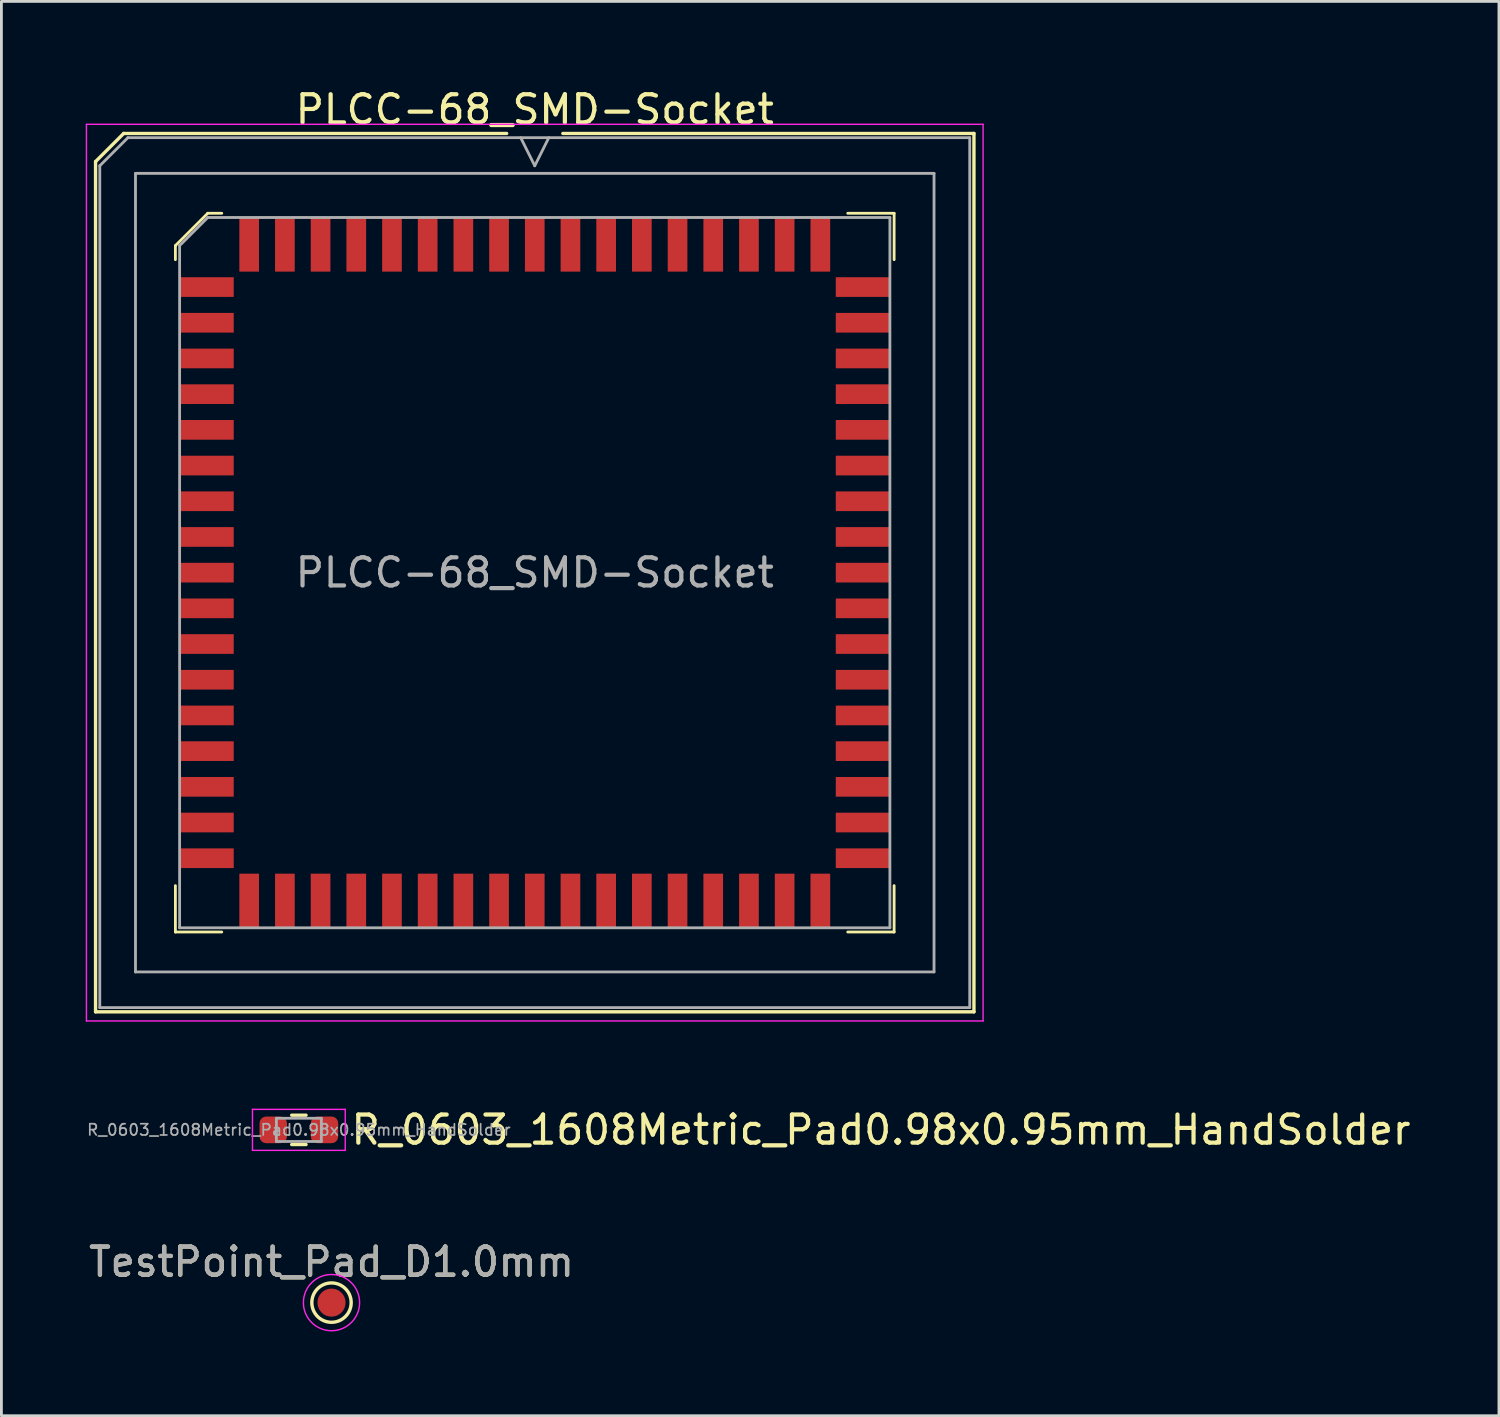
<source format=kicad_pcb>
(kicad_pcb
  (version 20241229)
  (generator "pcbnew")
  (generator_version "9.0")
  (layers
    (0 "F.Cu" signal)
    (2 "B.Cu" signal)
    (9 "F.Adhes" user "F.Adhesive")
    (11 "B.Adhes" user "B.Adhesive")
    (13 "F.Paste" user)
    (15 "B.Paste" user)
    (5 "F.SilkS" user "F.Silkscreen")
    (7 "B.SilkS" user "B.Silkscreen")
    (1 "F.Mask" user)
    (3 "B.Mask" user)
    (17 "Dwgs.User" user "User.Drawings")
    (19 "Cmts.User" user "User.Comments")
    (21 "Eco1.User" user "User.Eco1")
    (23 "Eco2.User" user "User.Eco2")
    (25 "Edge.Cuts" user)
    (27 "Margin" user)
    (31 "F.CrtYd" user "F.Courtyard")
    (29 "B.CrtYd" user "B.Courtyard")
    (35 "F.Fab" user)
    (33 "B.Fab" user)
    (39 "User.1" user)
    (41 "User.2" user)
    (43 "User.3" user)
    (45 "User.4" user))
  (footprint "PLCC-68_SMD-Socket"
    (layer "F.Cu")
    (at 15.975 17.323)
    (property "Reference" "PLCC-68_SMD-Socket" (at 0 -16.475 180) (layer "F.SilkS") (effects (font (size 1 1) (thickness 0.15))))
    (attr smd)
    (fp_line (start -15.625 -14.625) (end -15.625 15.625) (stroke (width 0.12) (type solid)) (layer "F.SilkS"))
    (fp_line (start -15.625 15.625) (end 15.625 15.625) (stroke (width 0.12) (type solid)) (layer "F.SilkS"))
    (fp_line (start -14.625 -15.625) (end -15.625 -14.625) (stroke (width 0.12) (type solid)) (layer "F.SilkS"))
    (fp_line (start -12.785 -11.635) (end -12.785 -11.135) (stroke (width 0.1) (type solid)) (layer "F.SilkS"))
    (fp_line (start -12.785 12.785) (end -12.785 11.135) (stroke (width 0.1) (type solid)) (layer "F.SilkS"))
    (fp_line (start -11.635 -12.785) (end -12.785 -11.635) (stroke (width 0.1) (type solid)) (layer "F.SilkS"))
    (fp_line (start -11.135 -12.785) (end -11.635 -12.785) (stroke (width 0.1) (type solid)) (layer "F.SilkS"))
    (fp_line (start -11.135 12.785) (end -12.785 12.785) (stroke (width 0.1) (type solid)) (layer "F.SilkS"))
    (fp_line (start -1 -15.625) (end -14.625 -15.625) (stroke (width 0.12) (type solid)) (layer "F.SilkS"))
    (fp_line (start 11.135 -12.785) (end 12.785 -12.785) (stroke (width 0.1) (type solid)) (layer "F.SilkS"))
    (fp_line (start 11.135 12.785) (end 12.785 12.785) (stroke (width 0.1) (type solid)) (layer "F.SilkS"))
    (fp_line (start 12.785 -12.785) (end 12.785 -11.135) (stroke (width 0.1) (type solid)) (layer "F.SilkS"))
    (fp_line (start 12.785 12.785) (end 12.785 11.135) (stroke (width 0.1) (type solid)) (layer "F.SilkS"))
    (fp_line (start 15.625 -15.625) (end 1 -15.625) (stroke (width 0.12) (type solid)) (layer "F.SilkS"))
    (fp_line (start 15.625 15.625) (end 15.625 -15.625) (stroke (width 0.12) (type solid)) (layer "F.SilkS"))
    (fp_line (start -15.95 -15.95) (end -15.95 15.95) (stroke (width 0.05) (type solid)) (layer "F.CrtYd"))
    (fp_line (start -15.95 15.95) (end 15.95 15.95) (stroke (width 0.05) (type solid)) (layer "F.CrtYd"))
    (fp_line (start 15.95 -15.95) (end -15.95 -15.95) (stroke (width 0.05) (type solid)) (layer "F.CrtYd"))
    (fp_line (start 15.95 15.95) (end 15.95 -15.95) (stroke (width 0.05) (type solid)) (layer "F.CrtYd"))
    (fp_line (start -15.475 -14.475) (end -15.475 15.475) (stroke (width 0.1) (type solid)) (layer "F.Fab"))
    (fp_line (start -15.475 15.475) (end 15.475 15.475) (stroke (width 0.1) (type solid)) (layer "F.Fab"))
    (fp_line (start -14.475 -15.475) (end -15.475 -14.475) (stroke (width 0.1) (type solid)) (layer "F.Fab"))
    (fp_line (start -14.205 -14.205) (end -14.205 14.205) (stroke (width 0.1) (type solid)) (layer "F.Fab"))
    (fp_line (start -14.205 14.205) (end 14.205 14.205) (stroke (width 0.1) (type solid)) (layer "F.Fab"))
    (fp_line (start -12.635 -11.635) (end -12.635 12.635) (stroke (width 0.1) (type solid)) (layer "F.Fab"))
    (fp_line (start -12.635 12.635) (end 12.635 12.635) (stroke (width 0.1) (type solid)) (layer "F.Fab"))
    (fp_line (start -11.635 -12.635) (end -12.635 -11.635) (stroke (width 0.1) (type solid)) (layer "F.Fab"))
    (fp_line (start -0.5 -15.475) (end 0 -14.475) (stroke (width 0.1) (type solid)) (layer "F.Fab"))
    (fp_line (start 0 -14.475) (end 0.5 -15.475) (stroke (width 0.1) (type solid)) (layer "F.Fab"))
    (fp_line (start 12.635 -12.635) (end -11.635 -12.635) (stroke (width 0.1) (type solid)) (layer "F.Fab"))
    (fp_line (start 12.635 12.635) (end 12.635 -12.635) (stroke (width 0.1) (type solid)) (layer "F.Fab"))
    (fp_line (start 14.205 -14.205) (end -14.205 -14.205) (stroke (width 0.1) (type solid)) (layer "F.Fab"))
    (fp_line (start 14.205 14.205) (end 14.205 -14.205) (stroke (width 0.1) (type solid)) (layer "F.Fab"))
    (fp_line (start 15.475 -15.475) (end -14.475 -15.475) (stroke (width 0.1) (type solid)) (layer "F.Fab"))
    (fp_line (start 15.475 15.475) (end 15.475 -15.475) (stroke (width 0.1) (type solid)) (layer "F.Fab"))
    (fp_text user "${REFERENCE}" (at 0 0 180) (layer "F.Fab") (effects (font (size 1 1) (thickness 0.15))))
    (pad "1" smd rect (at 0 -11.672) (size 0.7 1.925) (layers "F.Cu" "F.Mask" "F.Paste"))
    (pad "2" smd rect (at -1.27 -11.672) (size 0.7 1.925) (layers "F.Cu" "F.Mask" "F.Paste"))
    (pad "3" smd rect (at -2.54 -11.672) (size 0.7 1.925) (layers "F.Cu" "F.Mask" "F.Paste"))
    (pad "4" smd rect (at -3.81 -11.672) (size 0.7 1.925) (layers "F.Cu" "F.Mask" "F.Paste"))
    (pad "5" smd rect (at -5.08 -11.672) (size 0.7 1.925) (layers "F.Cu" "F.Mask" "F.Paste"))
    (pad "6" smd rect (at -6.35 -11.672) (size 0.7 1.925) (layers "F.Cu" "F.Mask" "F.Paste"))
    (pad "7" smd rect (at -7.62 -11.672) (size 0.7 1.925) (layers "F.Cu" "F.Mask" "F.Paste"))
    (pad "8" smd rect (at -8.89 -11.672) (size 0.7 1.925) (layers "F.Cu" "F.Mask" "F.Paste"))
    (pad "9" smd rect (at -10.16 -11.672) (size 0.7 1.925) (layers "F.Cu" "F.Mask" "F.Paste"))
    (pad "10" smd rect (at -11.672 -10.16) (size 1.925 0.7) (layers "F.Cu" "F.Mask" "F.Paste"))
    (pad "11" smd rect (at -11.672 -8.89) (size 1.925 0.7) (layers "F.Cu" "F.Mask" "F.Paste"))
    (pad "12" smd rect (at -11.672 -7.62) (size 1.925 0.7) (layers "F.Cu" "F.Mask" "F.Paste"))
    (pad "13" smd rect (at -11.672 -6.35) (size 1.925 0.7) (layers "F.Cu" "F.Mask" "F.Paste"))
    (pad "14" smd rect (at -11.672 -5.08) (size 1.925 0.7) (layers "F.Cu" "F.Mask" "F.Paste"))
    (pad "15" smd rect (at -11.672 -3.81) (size 1.925 0.7) (layers "F.Cu" "F.Mask" "F.Paste"))
    (pad "16" smd rect (at -11.672 -2.54) (size 1.925 0.7) (layers "F.Cu" "F.Mask" "F.Paste"))
    (pad "17" smd rect (at -11.672 -1.27) (size 1.925 0.7) (layers "F.Cu" "F.Mask" "F.Paste"))
    (pad "18" smd rect (at -11.672 0) (size 1.925 0.7) (layers "F.Cu" "F.Mask" "F.Paste"))
    (pad "19" smd rect (at -11.672 1.27) (size 1.925 0.7) (layers "F.Cu" "F.Mask" "F.Paste"))
    (pad "20" smd rect (at -11.672 2.54) (size 1.925 0.7) (layers "F.Cu" "F.Mask" "F.Paste"))
    (pad "21" smd rect (at -11.672 3.81) (size 1.925 0.7) (layers "F.Cu" "F.Mask" "F.Paste"))
    (pad "22" smd rect (at -11.672 5.08) (size 1.925 0.7) (layers "F.Cu" "F.Mask" "F.Paste"))
    (pad "23" smd rect (at -11.672 6.35) (size 1.925 0.7) (layers "F.Cu" "F.Mask" "F.Paste"))
    (pad "24" smd rect (at -11.672 7.62) (size 1.925 0.7) (layers "F.Cu" "F.Mask" "F.Paste"))
    (pad "25" smd rect (at -11.672 8.89) (size 1.925 0.7) (layers "F.Cu" "F.Mask" "F.Paste"))
    (pad "26" smd rect (at -11.672 10.16) (size 1.925 0.7) (layers "F.Cu" "F.Mask" "F.Paste"))
    (pad "27" smd rect (at -10.16 11.672) (size 0.7 1.925) (layers "F.Cu" "F.Mask" "F.Paste"))
    (pad "28" smd rect (at -8.89 11.672) (size 0.7 1.925) (layers "F.Cu" "F.Mask" "F.Paste"))
    (pad "29" smd rect (at -7.62 11.672) (size 0.7 1.925) (layers "F.Cu" "F.Mask" "F.Paste"))
    (pad "30" smd rect (at -6.35 11.672) (size 0.7 1.925) (layers "F.Cu" "F.Mask" "F.Paste"))
    (pad "31" smd rect (at -5.08 11.672) (size 0.7 1.925) (layers "F.Cu" "F.Mask" "F.Paste"))
    (pad "32" smd rect (at -3.81 11.672) (size 0.7 1.925) (layers "F.Cu" "F.Mask" "F.Paste"))
    (pad "33" smd rect (at -2.54 11.672) (size 0.7 1.925) (layers "F.Cu" "F.Mask" "F.Paste"))
    (pad "34" smd rect (at -1.27 11.672) (size 0.7 1.925) (layers "F.Cu" "F.Mask" "F.Paste"))
    (pad "35" smd rect (at 0 11.672) (size 0.7 1.925) (layers "F.Cu" "F.Mask" "F.Paste"))
    (pad "36" smd rect (at 1.27 11.672) (size 0.7 1.925) (layers "F.Cu" "F.Mask" "F.Paste"))
    (pad "37" smd rect (at 2.54 11.672) (size 0.7 1.925) (layers "F.Cu" "F.Mask" "F.Paste"))
    (pad "38" smd rect (at 3.81 11.672) (size 0.7 1.925) (layers "F.Cu" "F.Mask" "F.Paste"))
    (pad "39" smd rect (at 5.08 11.672) (size 0.7 1.925) (layers "F.Cu" "F.Mask" "F.Paste"))
    (pad "40" smd rect (at 6.35 11.672) (size 0.7 1.925) (layers "F.Cu" "F.Mask" "F.Paste"))
    (pad "41" smd rect (at 7.62 11.672) (size 0.7 1.925) (layers "F.Cu" "F.Mask" "F.Paste"))
    (pad "42" smd rect (at 8.89 11.672) (size 0.7 1.925) (layers "F.Cu" "F.Mask" "F.Paste"))
    (pad "43" smd rect (at 10.16 11.672) (size 0.7 1.925) (layers "F.Cu" "F.Mask" "F.Paste"))
    (pad "44" smd rect (at 11.672 10.16) (size 1.925 0.7) (layers "F.Cu" "F.Mask" "F.Paste"))
    (pad "45" smd rect (at 11.672 8.89) (size 1.925 0.7) (layers "F.Cu" "F.Mask" "F.Paste"))
    (pad "46" smd rect (at 11.672 7.62) (size 1.925 0.7) (layers "F.Cu" "F.Mask" "F.Paste"))
    (pad "47" smd rect (at 11.672 6.35) (size 1.925 0.7) (layers "F.Cu" "F.Mask" "F.Paste"))
    (pad "48" smd rect (at 11.672 5.08) (size 1.925 0.7) (layers "F.Cu" "F.Mask" "F.Paste"))
    (pad "49" smd rect (at 11.672 3.81) (size 1.925 0.7) (layers "F.Cu" "F.Mask" "F.Paste"))
    (pad "50" smd rect (at 11.672 2.54) (size 1.925 0.7) (layers "F.Cu" "F.Mask" "F.Paste"))
    (pad "51" smd rect (at 11.672 1.27) (size 1.925 0.7) (layers "F.Cu" "F.Mask" "F.Paste"))
    (pad "52" smd rect (at 11.672 0) (size 1.925 0.7) (layers "F.Cu" "F.Mask" "F.Paste"))
    (pad "53" smd rect (at 11.672 -1.27) (size 1.925 0.7) (layers "F.Cu" "F.Mask" "F.Paste"))
    (pad "54" smd rect (at 11.672 -2.54) (size 1.925 0.7) (layers "F.Cu" "F.Mask" "F.Paste"))
    (pad "55" smd rect (at 11.672 -3.81) (size 1.925 0.7) (layers "F.Cu" "F.Mask" "F.Paste"))
    (pad "56" smd rect (at 11.672 -5.08) (size 1.925 0.7) (layers "F.Cu" "F.Mask" "F.Paste"))
    (pad "57" smd rect (at 11.672 -6.35) (size 1.925 0.7) (layers "F.Cu" "F.Mask" "F.Paste"))
    (pad "58" smd rect (at 11.672 -7.62) (size 1.925 0.7) (layers "F.Cu" "F.Mask" "F.Paste"))
    (pad "59" smd rect (at 11.672 -8.89) (size 1.925 0.7) (layers "F.Cu" "F.Mask" "F.Paste"))
    (pad "60" smd rect (at 11.672 -10.16) (size 1.925 0.7) (layers "F.Cu" "F.Mask" "F.Paste"))
    (pad "61" smd rect (at 10.16 -11.672) (size 0.7 1.925) (layers "F.Cu" "F.Mask" "F.Paste"))
    (pad "62" smd rect (at 8.89 -11.672) (size 0.7 1.925) (layers "F.Cu" "F.Mask" "F.Paste"))
    (pad "63" smd rect (at 7.62 -11.672) (size 0.7 1.925) (layers "F.Cu" "F.Mask" "F.Paste"))
    (pad "64" smd rect (at 6.35 -11.672) (size 0.7 1.925) (layers "F.Cu" "F.Mask" "F.Paste"))
    (pad "65" smd rect (at 5.08 -11.672) (size 0.7 1.925) (layers "F.Cu" "F.Mask" "F.Paste"))
    (pad "66" smd rect (at 3.81 -11.672) (size 0.7 1.925) (layers "F.Cu" "F.Mask" "F.Paste"))
    (pad "67" smd rect (at 2.54 -11.672) (size 0.7 1.925) (layers "F.Cu" "F.Mask" "F.Paste"))
    (pad "68" smd rect (at 1.27 -11.672) (size 0.7 1.925) (layers "F.Cu" "F.Mask" "F.Paste")))
  (footprint "TestPoint_Pad_D1.0mm"
    (layer "F.Cu")
    (at 8.744 43.293)
    (property "Reference" "TestPoint_Pad_D1.0mm" (at 0 -1.448 0) (layer "F.SilkS") (effects (font (size 1 1) (thickness 0.15))))
    (attr exclude_from_pos_files)
    (fp_circle (center 0 0) (end 0 0.7) (stroke (width 0.12) (type solid)) (fill no) (layer "F.SilkS"))
    (fp_circle (center 0 0) (end 1 0) (stroke (width 0.05) (type solid)) (fill no) (layer "F.CrtYd"))
    (fp_text user "${REFERENCE}" (at 0 -1.45 0) (layer "F.Fab") (effects (font (size 1 1) (thickness 0.15))))
    (pad "1" smd circle (at 0 0) (size 1 1) (layers "F.Cu" "F.Mask")))
  (footprint "R_0603_1608Metric_Pad0.98x0.95mm_HandSolder"
    (layer "F.Cu")
    (at 7.583 37.147)
    (property "Reference" "R_0603_1608Metric_Pad0.98x0.95mm_HandSolder" (at 1.778 0 0) (layer "F.SilkS") (effects (font (size 1 1) (thickness 0.15)) (justify left)))
    (attr smd)
    (fp_line (start -0.255 -0.522) (end 0.255 -0.522) (stroke (width 0.12) (type solid)) (layer "F.SilkS"))
    (fp_line (start -0.255 0.522) (end 0.255 0.522) (stroke (width 0.12) (type solid)) (layer "F.SilkS"))
    (fp_line (start -1.65 -0.73) (end 1.65 -0.73) (stroke (width 0.05) (type solid)) (layer "F.CrtYd"))
    (fp_line (start -1.65 0.73) (end -1.65 -0.73) (stroke (width 0.05) (type solid)) (layer "F.CrtYd"))
    (fp_line (start 1.65 -0.73) (end 1.65 0.73) (stroke (width 0.05) (type solid)) (layer "F.CrtYd"))
    (fp_line (start 1.65 0.73) (end -1.65 0.73) (stroke (width 0.05) (type solid)) (layer "F.CrtYd"))
    (fp_line (start -0.8 -0.412) (end 0.8 -0.412) (stroke (width 0.1) (type solid)) (layer "F.Fab"))
    (fp_line (start -0.8 0.412) (end -0.8 -0.412) (stroke (width 0.1) (type solid)) (layer "F.Fab"))
    (fp_line (start 0.8 -0.412) (end 0.8 0.412) (stroke (width 0.1) (type solid)) (layer "F.Fab"))
    (fp_line (start 0.8 0.412) (end -0.8 0.412) (stroke (width 0.1) (type solid)) (layer "F.Fab"))
    (fp_text user "${REFERENCE}" (at 0 0 0) (layer "F.Fab") (effects (font (size 0.4 0.4) (thickness 0.06))))
    (pad "1" smd roundrect (at -0.912 0) (size 0.975 0.95) (layers "F.Cu" "F.Mask" "F.Paste") (roundrect_rratio 0.25))
    (pad "2" smd roundrect (at 0.912 0) (size 0.975 0.95) (layers "F.Cu" "F.Mask" "F.Paste") (roundrect_rratio 0.25)))
  (gr_rect
    (start -3 -3)
    (end 50.278 47.318)
    (stroke (width 0.1) (type default))
    (fill no)
    (layer "Edge.Cuts")))
</source>
